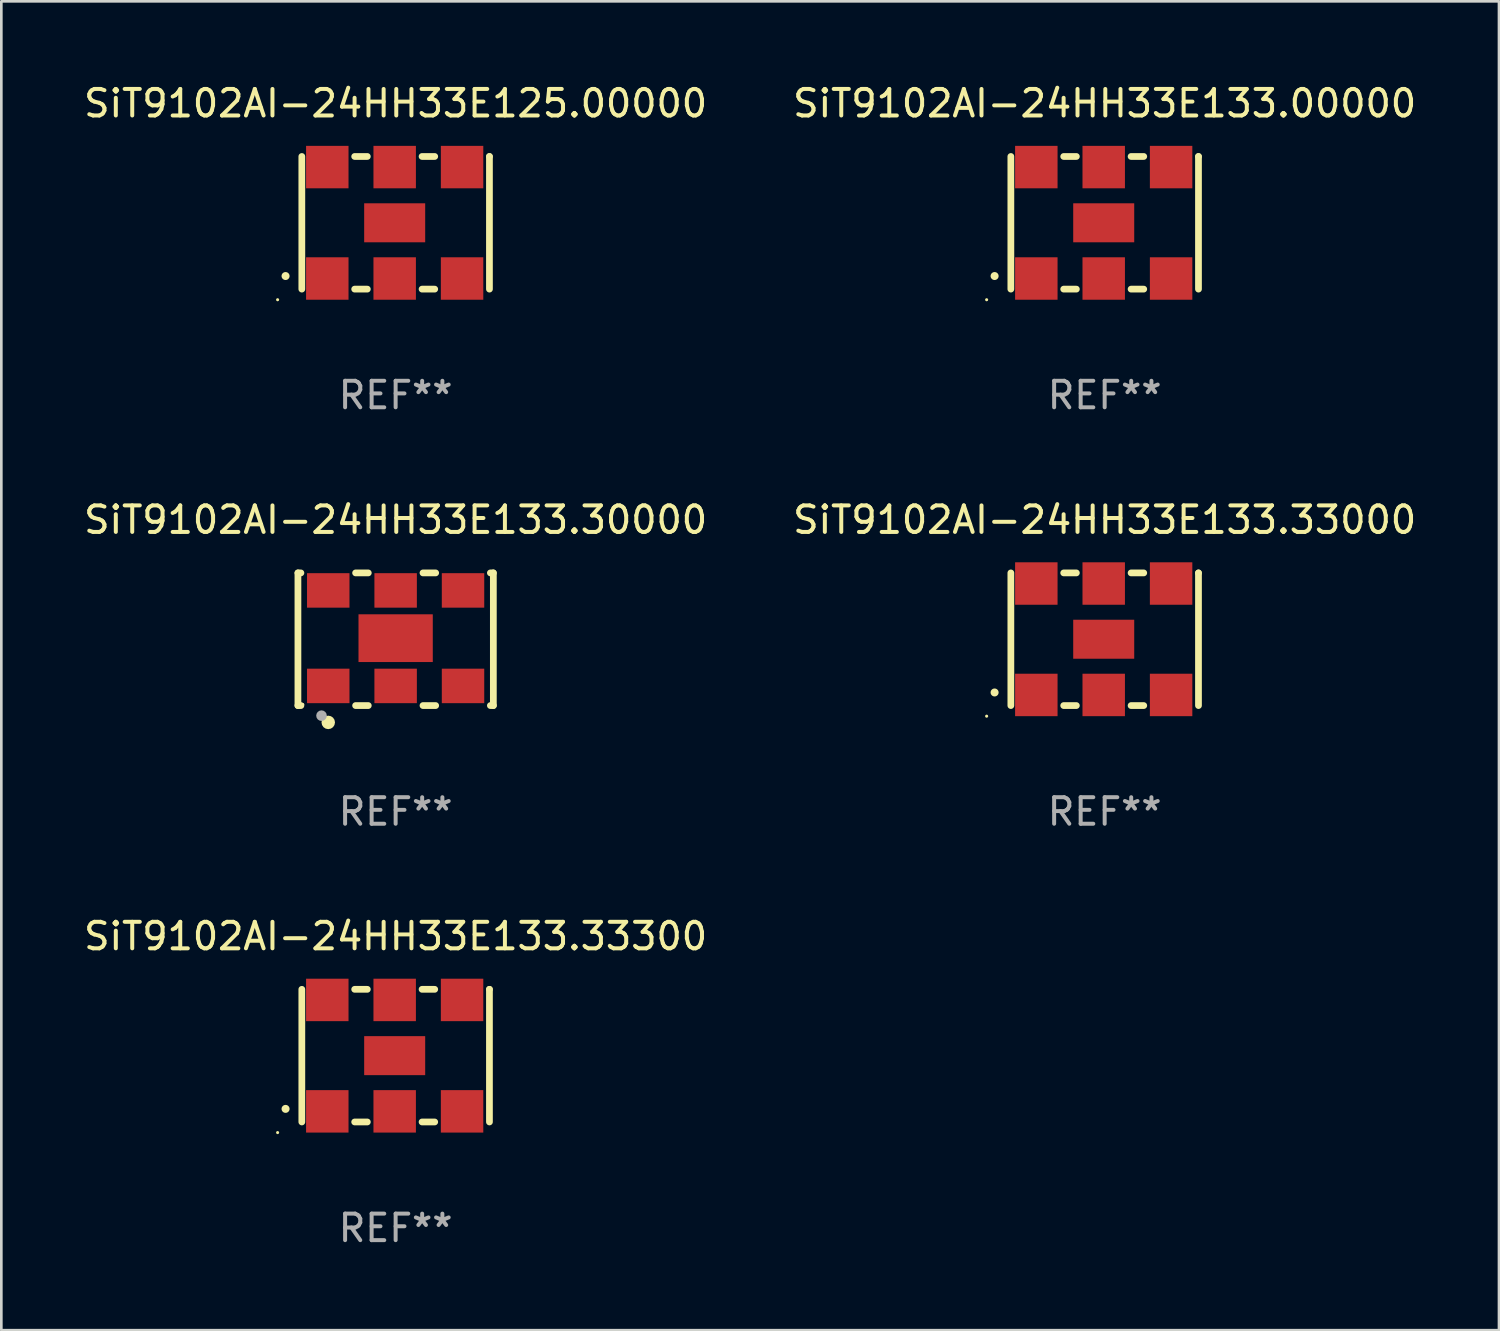
<source format=kicad_pcb>
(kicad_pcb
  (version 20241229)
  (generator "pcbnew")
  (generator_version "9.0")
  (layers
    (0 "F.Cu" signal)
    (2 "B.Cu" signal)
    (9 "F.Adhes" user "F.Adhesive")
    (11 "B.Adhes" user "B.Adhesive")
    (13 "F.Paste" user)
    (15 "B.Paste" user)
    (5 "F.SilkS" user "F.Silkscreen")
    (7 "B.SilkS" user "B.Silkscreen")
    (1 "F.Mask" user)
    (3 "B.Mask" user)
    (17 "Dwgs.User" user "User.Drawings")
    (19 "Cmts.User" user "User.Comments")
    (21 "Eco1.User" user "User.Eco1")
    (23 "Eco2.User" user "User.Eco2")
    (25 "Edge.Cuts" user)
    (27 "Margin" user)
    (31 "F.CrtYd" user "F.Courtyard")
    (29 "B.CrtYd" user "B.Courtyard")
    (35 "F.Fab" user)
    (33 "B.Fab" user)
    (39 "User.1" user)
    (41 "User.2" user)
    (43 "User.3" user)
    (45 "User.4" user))
  (footprint "SiT9102AI-24HH33E133.30000"
    (layer "F.Cu")
    (at 11.863 21.045)
    (property "Reference" "SiT9102AI-24HH33E133.30000" (at 0 -4.5 0) (layer "F.SilkS") (effects (font (size 1 1) (thickness 0.15))))
    (attr through_hole)
    (fp_line (start -3.683 -2.5) (end -3.571 -2.5) (stroke (width 0.254) (type solid)) (layer "F.SilkS"))
    (fp_line (start -3.683 2.5) (end -3.683 -2.5) (stroke (width 0.254) (type solid)) (layer "F.SilkS"))
    (fp_line (start -3.683 2.5) (end -3.571 2.5) (stroke (width 0.254) (type solid)) (layer "F.SilkS"))
    (fp_line (start -1.509 -2.5) (end -1.031 -2.5) (stroke (width 0.254) (type solid)) (layer "F.SilkS"))
    (fp_line (start -1.509 2.5) (end -1.031 2.5) (stroke (width 0.254) (type solid)) (layer "F.SilkS"))
    (fp_line (start 1.031 -2.5) (end 1.509 -2.5) (stroke (width 0.254) (type solid)) (layer "F.SilkS"))
    (fp_line (start 1.031 2.5) (end 1.509 2.5) (stroke (width 0.254) (type solid)) (layer "F.SilkS"))
    (fp_line (start 3.571 -2.5) (end 3.683 -2.5) (stroke (width 0.254) (type solid)) (layer "F.SilkS"))
    (fp_line (start 3.571 2.5) (end 3.683 2.5) (stroke (width 0.254) (type solid)) (layer "F.SilkS"))
    (fp_line (start 3.683 2.5) (end 3.683 -2.5) (stroke (width 0.254) (type solid)) (layer "F.SilkS"))
    (fp_circle (center -3.5 2.46) (end -3.47 2.46) (stroke (width 0.06) (type solid)) (fill no) (layer "F.SilkS"))
    (fp_circle (center -2.54 3.135) (end -2.413 3.135) (stroke (width 0.254) (type solid)) (fill no) (layer "F.SilkS"))
    (fp_circle (center -2.794 2.881) (end -2.694 2.881) (stroke (width 0.2) (type solid)) (fill no) (layer "F.Fab"))
    (fp_text user "REF**" (at 0 6.5 0) (layer "F.Fab") (effects (font (size 1 1) (thickness 0.15))))
    (pad "1" smd rect (at -2.54 1.76) (size 1.6 1.3) (layers "F.Cu" "F.Mask" "F.Paste"))
    (pad "2" smd rect (at 0 1.76) (size 1.6 1.3) (layers "F.Cu" "F.Mask" "F.Paste"))
    (pad "3" smd rect (at 2.54 1.76) (size 1.6 1.3) (layers "F.Cu" "F.Mask" "F.Paste"))
    (pad "4" smd rect (at 2.54 -1.84) (size 1.6 1.3) (layers "F.Cu" "F.Mask" "F.Paste"))
    (pad "5" smd rect (at 0 -1.84) (size 1.6 1.3) (layers "F.Cu" "F.Mask" "F.Paste"))
    (pad "6" smd rect (at -2.54 -1.84) (size 1.6 1.3) (layers "F.Cu" "F.Mask" "F.Paste"))
    (pad "7" smd rect (at 0 -0.04) (size 2.8 1.8) (layers "F.Cu" "F.Mask" "F.Paste")))
  (footprint "SiT9102AI-24HH33E125.00000"
    (layer "F.Cu")
    (at 11.863 5.348)
    (property "Reference" "SiT9102AI-24HH33E125.00000" (at 0 -4.5 0) (layer "F.SilkS") (effects (font (size 1 1) (thickness 0.15))))
    (attr through_hole)
    (fp_line (start -3.536 -2.5) (end -3.536 2.5) (stroke (width 0.254) (type solid)) (layer "F.SilkS"))
    (fp_line (start -1.544 2.5) (end -1.067 2.5) (stroke (width 0.254) (type solid)) (layer "F.SilkS"))
    (fp_line (start -1.067 -2.5) (end -1.544 -2.5) (stroke (width 0.254) (type solid)) (layer "F.SilkS"))
    (fp_line (start 0.996 2.5) (end 1.473 2.5) (stroke (width 0.254) (type solid)) (layer "F.SilkS"))
    (fp_line (start 1.473 -2.5) (end 0.996 -2.5) (stroke (width 0.254) (type solid)) (layer "F.SilkS"))
    (fp_line (start 3.536 -2.5) (end 3.536 -2.5) (stroke (width 0.254) (type solid)) (layer "F.SilkS"))
    (fp_line (start 3.536 2.5) (end 3.536 -2.5) (stroke (width 0.254) (type solid)) (layer "F.SilkS"))
    (fp_arc (start -4.150432 2.006604) (mid -4.149162 2.006599) (end -4.147892 2.006604) (stroke (width 0.3) (type solid)) (layer "F.SilkS"))
    (fp_circle (center -4.449 2.9) (end -4.419 2.9) (stroke (width 0.06) (type solid)) (fill no) (layer "F.SilkS"))
    (fp_text user "REF**" (at 0 6.5 0) (layer "F.Fab") (effects (font (size 1 1) (thickness 0.15))))
    (pad "1" smd rect (at -2.576 2.1) (size 1.6 1.6) (layers "F.Cu" "F.Mask" "F.Paste"))
    (pad "2" smd rect (at -0.036 2.1) (size 1.6 1.6) (layers "F.Cu" "F.Mask" "F.Paste"))
    (pad "3" smd rect (at 2.504 2.1) (size 1.6 1.6) (layers "F.Cu" "F.Mask" "F.Paste"))
    (pad "4" smd rect (at 2.504 -2.1) (size 1.6 1.6) (layers "F.Cu" "F.Mask" "F.Paste"))
    (pad "5" smd rect (at -0.036 -2.1) (size 1.6 1.6) (layers "F.Cu" "F.Mask" "F.Paste"))
    (pad "6" smd rect (at -2.576 -2.1) (size 1.6 1.6) (layers "F.Cu" "F.Mask" "F.Paste"))
    (pad "7" smd rect (at -0.036 0) (size 2.3 1.47) (layers "F.Cu" "F.Mask" "F.Paste")))
  (footprint "SiT9102AI-24HH33E133.00000"
    (layer "F.Cu")
    (at 38.589 5.348)
    (property "Reference" "SiT9102AI-24HH33E133.00000" (at 0 -4.5 0) (layer "F.SilkS") (effects (font (size 1 1) (thickness 0.15))))
    (attr through_hole)
    (fp_line (start -3.536 -2.5) (end -3.536 2.5) (stroke (width 0.254) (type solid)) (layer "F.SilkS"))
    (fp_line (start -1.544 2.5) (end -1.067 2.5) (stroke (width 0.254) (type solid)) (layer "F.SilkS"))
    (fp_line (start -1.067 -2.5) (end -1.544 -2.5) (stroke (width 0.254) (type solid)) (layer "F.SilkS"))
    (fp_line (start 0.996 2.5) (end 1.473 2.5) (stroke (width 0.254) (type solid)) (layer "F.SilkS"))
    (fp_line (start 1.473 -2.5) (end 0.996 -2.5) (stroke (width 0.254) (type solid)) (layer "F.SilkS"))
    (fp_line (start 3.536 -2.5) (end 3.536 -2.5) (stroke (width 0.254) (type solid)) (layer "F.SilkS"))
    (fp_line (start 3.536 2.5) (end 3.536 -2.5) (stroke (width 0.254) (type solid)) (layer "F.SilkS"))
    (fp_arc (start -4.150432 2.006604) (mid -4.149162 2.006599) (end -4.147892 2.006604) (stroke (width 0.3) (type solid)) (layer "F.SilkS"))
    (fp_circle (center -4.449 2.9) (end -4.419 2.9) (stroke (width 0.06) (type solid)) (fill no) (layer "F.SilkS"))
    (fp_text user "REF**" (at 0 6.5 0) (layer "F.Fab") (effects (font (size 1 1) (thickness 0.15))))
    (pad "1" smd rect (at -2.576 2.1) (size 1.6 1.6) (layers "F.Cu" "F.Mask" "F.Paste"))
    (pad "2" smd rect (at -0.036 2.1) (size 1.6 1.6) (layers "F.Cu" "F.Mask" "F.Paste"))
    (pad "3" smd rect (at 2.504 2.1) (size 1.6 1.6) (layers "F.Cu" "F.Mask" "F.Paste"))
    (pad "4" smd rect (at 2.504 -2.1) (size 1.6 1.6) (layers "F.Cu" "F.Mask" "F.Paste"))
    (pad "5" smd rect (at -0.036 -2.1) (size 1.6 1.6) (layers "F.Cu" "F.Mask" "F.Paste"))
    (pad "6" smd rect (at -2.576 -2.1) (size 1.6 1.6) (layers "F.Cu" "F.Mask" "F.Paste"))
    (pad "7" smd rect (at -0.036 0) (size 2.3 1.47) (layers "F.Cu" "F.Mask" "F.Paste")))
  (footprint "SiT9102AI-24HH33E133.33300"
    (layer "F.Cu")
    (at 11.863 36.741)
    (property "Reference" "SiT9102AI-24HH33E133.33300" (at 0 -4.5 0) (layer "F.SilkS") (effects (font (size 1 1) (thickness 0.15))))
    (attr through_hole)
    (fp_line (start -3.536 -2.5) (end -3.536 2.5) (stroke (width 0.254) (type solid)) (layer "F.SilkS"))
    (fp_line (start -1.544 2.5) (end -1.067 2.5) (stroke (width 0.254) (type solid)) (layer "F.SilkS"))
    (fp_line (start -1.067 -2.5) (end -1.544 -2.5) (stroke (width 0.254) (type solid)) (layer "F.SilkS"))
    (fp_line (start 0.996 2.5) (end 1.473 2.5) (stroke (width 0.254) (type solid)) (layer "F.SilkS"))
    (fp_line (start 1.473 -2.5) (end 0.996 -2.5) (stroke (width 0.254) (type solid)) (layer "F.SilkS"))
    (fp_line (start 3.536 -2.5) (end 3.536 -2.5) (stroke (width 0.254) (type solid)) (layer "F.SilkS"))
    (fp_line (start 3.536 2.5) (end 3.536 -2.5) (stroke (width 0.254) (type solid)) (layer "F.SilkS"))
    (fp_arc (start -4.150432 2.006604) (mid -4.149162 2.006599) (end -4.147892 2.006604) (stroke (width 0.3) (type solid)) (layer "F.SilkS"))
    (fp_circle (center -4.449 2.9) (end -4.419 2.9) (stroke (width 0.06) (type solid)) (fill no) (layer "F.SilkS"))
    (fp_text user "REF**" (at 0 6.5 0) (layer "F.Fab") (effects (font (size 1 1) (thickness 0.15))))
    (pad "1" smd rect (at -2.576 2.1) (size 1.6 1.6) (layers "F.Cu" "F.Mask" "F.Paste"))
    (pad "2" smd rect (at -0.036 2.1) (size 1.6 1.6) (layers "F.Cu" "F.Mask" "F.Paste"))
    (pad "3" smd rect (at 2.504 2.1) (size 1.6 1.6) (layers "F.Cu" "F.Mask" "F.Paste"))
    (pad "4" smd rect (at 2.504 -2.1) (size 1.6 1.6) (layers "F.Cu" "F.Mask" "F.Paste"))
    (pad "5" smd rect (at -0.036 -2.1) (size 1.6 1.6) (layers "F.Cu" "F.Mask" "F.Paste"))
    (pad "6" smd rect (at -2.576 -2.1) (size 1.6 1.6) (layers "F.Cu" "F.Mask" "F.Paste"))
    (pad "7" smd rect (at -0.036 0) (size 2.3 1.47) (layers "F.Cu" "F.Mask" "F.Paste")))
  (footprint "SiT9102AI-24HH33E133.33000"
    (layer "F.Cu")
    (at 38.589 21.045)
    (property "Reference" "SiT9102AI-24HH33E133.33000" (at 0 -4.5 0) (layer "F.SilkS") (effects (font (size 1 1) (thickness 0.15))))
    (attr through_hole)
    (fp_line (start -3.536 -2.5) (end -3.536 2.5) (stroke (width 0.254) (type solid)) (layer "F.SilkS"))
    (fp_line (start -1.544 2.5) (end -1.067 2.5) (stroke (width 0.254) (type solid)) (layer "F.SilkS"))
    (fp_line (start -1.067 -2.5) (end -1.544 -2.5) (stroke (width 0.254) (type solid)) (layer "F.SilkS"))
    (fp_line (start 0.996 2.5) (end 1.473 2.5) (stroke (width 0.254) (type solid)) (layer "F.SilkS"))
    (fp_line (start 1.473 -2.5) (end 0.996 -2.5) (stroke (width 0.254) (type solid)) (layer "F.SilkS"))
    (fp_line (start 3.536 -2.5) (end 3.536 -2.5) (stroke (width 0.254) (type solid)) (layer "F.SilkS"))
    (fp_line (start 3.536 2.5) (end 3.536 -2.5) (stroke (width 0.254) (type solid)) (layer "F.SilkS"))
    (fp_arc (start -4.150432 2.006604) (mid -4.149162 2.006599) (end -4.147892 2.006604) (stroke (width 0.3) (type solid)) (layer "F.SilkS"))
    (fp_circle (center -4.449 2.9) (end -4.419 2.9) (stroke (width 0.06) (type solid)) (fill no) (layer "F.SilkS"))
    (fp_text user "REF**" (at 0 6.5 0) (layer "F.Fab") (effects (font (size 1 1) (thickness 0.15))))
    (pad "1" smd rect (at -2.576 2.1) (size 1.6 1.6) (layers "F.Cu" "F.Mask" "F.Paste"))
    (pad "2" smd rect (at -0.036 2.1) (size 1.6 1.6) (layers "F.Cu" "F.Mask" "F.Paste"))
    (pad "3" smd rect (at 2.504 2.1) (size 1.6 1.6) (layers "F.Cu" "F.Mask" "F.Paste"))
    (pad "4" smd rect (at 2.504 -2.1) (size 1.6 1.6) (layers "F.Cu" "F.Mask" "F.Paste"))
    (pad "5" smd rect (at -0.036 -2.1) (size 1.6 1.6) (layers "F.Cu" "F.Mask" "F.Paste"))
    (pad "6" smd rect (at -2.576 -2.1) (size 1.6 1.6) (layers "F.Cu" "F.Mask" "F.Paste"))
    (pad "7" smd rect (at -0.036 0) (size 2.3 1.47) (layers "F.Cu" "F.Mask" "F.Paste")))
  (gr_rect
    (start -3 -3)
    (end 53.452 47.09)
    (stroke (width 0.1) (type default))
    (fill no)
    (layer "Edge.Cuts")))
</source>
